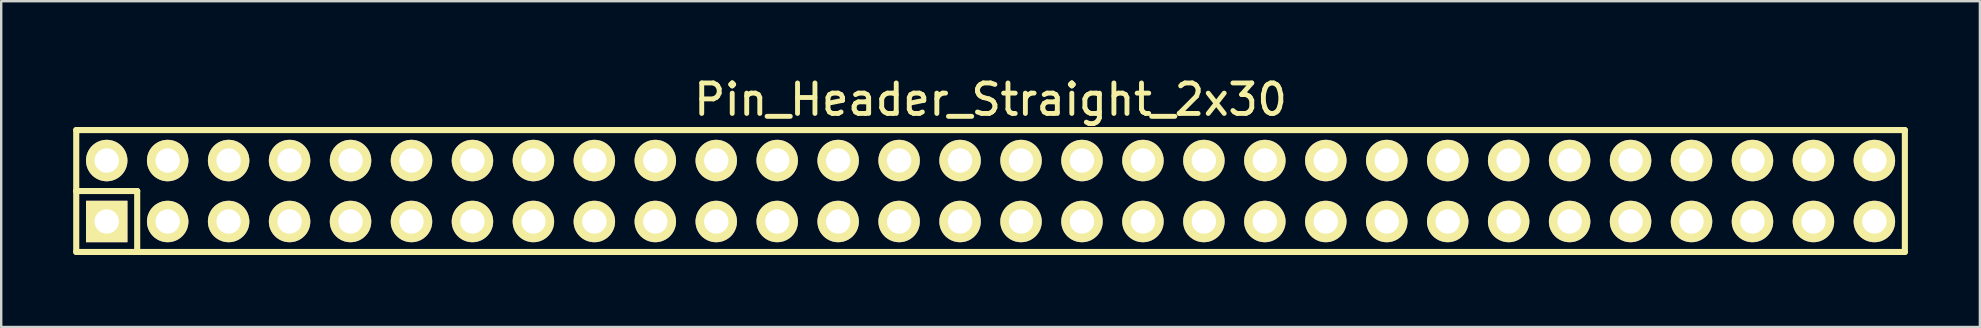
<source format=kicad_pcb>
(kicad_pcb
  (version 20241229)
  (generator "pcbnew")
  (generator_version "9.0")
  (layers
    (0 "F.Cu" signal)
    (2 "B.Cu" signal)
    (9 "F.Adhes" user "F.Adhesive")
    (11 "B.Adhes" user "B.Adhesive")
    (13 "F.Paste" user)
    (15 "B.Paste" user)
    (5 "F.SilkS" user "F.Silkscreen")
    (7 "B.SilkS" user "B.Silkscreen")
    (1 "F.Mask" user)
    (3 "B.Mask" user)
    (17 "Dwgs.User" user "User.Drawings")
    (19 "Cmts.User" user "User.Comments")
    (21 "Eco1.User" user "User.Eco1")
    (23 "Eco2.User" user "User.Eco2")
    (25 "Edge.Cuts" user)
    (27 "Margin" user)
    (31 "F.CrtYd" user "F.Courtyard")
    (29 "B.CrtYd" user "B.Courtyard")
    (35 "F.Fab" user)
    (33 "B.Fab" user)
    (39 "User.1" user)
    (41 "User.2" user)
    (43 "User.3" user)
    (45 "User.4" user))
  (footprint "Pin_Header_Straight_2x30"
    (layer "F.Cu")
    (at 38.227 4.91)
    (property "Reference" "Pin_Header_Straight_2x30" (at 0 -3.81 0) (layer "F.SilkS") (effects (font (size 1.27 1.27) (thickness 0.203))))
    (attr through_hole)
    (fp_line (start -38.1 -2.54) (end -38.1 0) (stroke (width 0.254) (type solid)) (layer "F.SilkS"))
    (fp_line (start -38.1 -2.54) (end 38.1 -2.54) (stroke (width 0.254) (type solid)) (layer "F.SilkS"))
    (fp_line (start -38.1 0) (end -35.56 0) (stroke (width 0.254) (type solid)) (layer "F.SilkS"))
    (fp_line (start -38.1 2.54) (end -38.1 0) (stroke (width 0.254) (type solid)) (layer "F.SilkS"))
    (fp_line (start -38.1 2.54) (end -35.56 2.54) (stroke (width 0.254) (type solid)) (layer "F.SilkS"))
    (fp_line (start -35.56 0) (end -35.56 2.54) (stroke (width 0.254) (type solid)) (layer "F.SilkS"))
    (fp_line (start 38.1 -2.54) (end 38.1 2.54) (stroke (width 0.254) (type solid)) (layer "F.SilkS"))
    (fp_line (start 38.1 2.54) (end -35.56 2.54) (stroke (width 0.254) (type solid)) (layer "F.SilkS"))
    (pad "1" thru_hole rect (at -36.83 1.27) (size 1.727 1.727) (drill 1.016) (layers "*.Cu" "*.Mask" "F.SilkS"))
    (pad "2" thru_hole oval (at -34.29 1.27) (size 1.727 1.727) (drill 1.016) (layers "*.Cu" "*.Mask" "F.SilkS"))
    (pad "3" thru_hole oval (at -31.75 1.27) (size 1.727 1.727) (drill 1.016) (layers "*.Cu" "*.Mask" "F.SilkS"))
    (pad "4" thru_hole oval (at -29.21 1.27) (size 1.727 1.727) (drill 1.016) (layers "*.Cu" "*.Mask" "F.SilkS"))
    (pad "5" thru_hole oval (at -26.67 1.27) (size 1.727 1.727) (drill 1.016) (layers "*.Cu" "*.Mask" "F.SilkS"))
    (pad "6" thru_hole oval (at -24.13 1.27) (size 1.727 1.727) (drill 1.016) (layers "*.Cu" "*.Mask" "F.SilkS"))
    (pad "7" thru_hole oval (at -21.59 1.27) (size 1.727 1.727) (drill 1.016) (layers "*.Cu" "*.Mask" "F.SilkS"))
    (pad "8" thru_hole oval (at -19.05 1.27) (size 1.727 1.727) (drill 1.016) (layers "*.Cu" "*.Mask" "F.SilkS"))
    (pad "9" thru_hole oval (at -16.51 1.27) (size 1.727 1.727) (drill 1.016) (layers "*.Cu" "*.Mask" "F.SilkS"))
    (pad "10" thru_hole oval (at -13.97 1.27) (size 1.727 1.727) (drill 1.016) (layers "*.Cu" "*.Mask" "F.SilkS"))
    (pad "11" thru_hole oval (at -11.43 1.27) (size 1.727 1.727) (drill 1.016) (layers "*.Cu" "*.Mask" "F.SilkS"))
    (pad "12" thru_hole oval (at -8.89 1.27) (size 1.727 1.727) (drill 1.016) (layers "*.Cu" "*.Mask" "F.SilkS"))
    (pad "13" thru_hole oval (at -6.35 1.27) (size 1.727 1.727) (drill 1.016) (layers "*.Cu" "*.Mask" "F.SilkS"))
    (pad "14" thru_hole oval (at -3.81 1.27) (size 1.727 1.727) (drill 1.016) (layers "*.Cu" "*.Mask" "F.SilkS"))
    (pad "15" thru_hole oval (at -1.27 1.27) (size 1.727 1.727) (drill 1.016) (layers "*.Cu" "*.Mask" "F.SilkS"))
    (pad "16" thru_hole oval (at 1.27 1.27) (size 1.727 1.727) (drill 1.016) (layers "*.Cu" "*.Mask" "F.SilkS"))
    (pad "17" thru_hole oval (at 3.81 1.27) (size 1.727 1.727) (drill 1.016) (layers "*.Cu" "*.Mask" "F.SilkS"))
    (pad "18" thru_hole oval (at 6.35 1.27) (size 1.727 1.727) (drill 1.016) (layers "*.Cu" "*.Mask" "F.SilkS"))
    (pad "19" thru_hole oval (at 8.89 1.27) (size 1.727 1.727) (drill 1.016) (layers "*.Cu" "*.Mask" "F.SilkS"))
    (pad "20" thru_hole oval (at 11.43 1.27) (size 1.727 1.727) (drill 1.016) (layers "*.Cu" "*.Mask" "F.SilkS"))
    (pad "21" thru_hole oval (at 13.97 1.27) (size 1.727 1.727) (drill 1.016) (layers "*.Cu" "*.Mask" "F.SilkS"))
    (pad "22" thru_hole oval (at 16.51 1.27) (size 1.727 1.727) (drill 1.016) (layers "*.Cu" "*.Mask" "F.SilkS"))
    (pad "23" thru_hole oval (at 19.05 1.27) (size 1.727 1.727) (drill 1.016) (layers "*.Cu" "*.Mask" "F.SilkS"))
    (pad "24" thru_hole oval (at 21.59 1.27) (size 1.727 1.727) (drill 1.016) (layers "*.Cu" "*.Mask" "F.SilkS"))
    (pad "25" thru_hole oval (at 24.13 1.27) (size 1.727 1.727) (drill 1.016) (layers "*.Cu" "*.Mask" "F.SilkS"))
    (pad "26" thru_hole oval (at 26.67 1.27) (size 1.727 1.727) (drill 1.016) (layers "*.Cu" "*.Mask" "F.SilkS"))
    (pad "27" thru_hole oval (at 29.21 1.27) (size 1.727 1.727) (drill 1.016) (layers "*.Cu" "*.Mask" "F.SilkS"))
    (pad "28" thru_hole oval (at 31.75 1.27) (size 1.727 1.727) (drill 1.016) (layers "*.Cu" "*.Mask" "F.SilkS"))
    (pad "29" thru_hole oval (at 34.29 1.27) (size 1.727 1.727) (drill 1.016) (layers "*.Cu" "*.Mask" "F.SilkS"))
    (pad "30" thru_hole oval (at 36.83 1.27) (size 1.727 1.727) (drill 1.016) (layers "*.Cu" "*.Mask" "F.SilkS"))
    (pad "31" thru_hole oval (at 36.83 -1.27) (size 1.727 1.727) (drill 1.016) (layers "*.Cu" "*.Mask" "F.SilkS"))
    (pad "32" thru_hole oval (at 34.29 -1.27) (size 1.727 1.727) (drill 1.016) (layers "*.Cu" "*.Mask" "F.SilkS"))
    (pad "33" thru_hole oval (at 31.75 -1.27) (size 1.727 1.727) (drill 1.016) (layers "*.Cu" "*.Mask" "F.SilkS"))
    (pad "34" thru_hole oval (at 29.21 -1.27) (size 1.727 1.727) (drill 1.016) (layers "*.Cu" "*.Mask" "F.SilkS"))
    (pad "35" thru_hole oval (at 26.67 -1.27) (size 1.727 1.727) (drill 1.016) (layers "*.Cu" "*.Mask" "F.SilkS"))
    (pad "36" thru_hole oval (at 24.13 -1.27) (size 1.727 1.727) (drill 1.016) (layers "*.Cu" "*.Mask" "F.SilkS"))
    (pad "37" thru_hole oval (at 21.59 -1.27) (size 1.727 1.727) (drill 1.016) (layers "*.Cu" "*.Mask" "F.SilkS"))
    (pad "38" thru_hole oval (at 19.05 -1.27) (size 1.727 1.727) (drill 1.016) (layers "*.Cu" "*.Mask" "F.SilkS"))
    (pad "39" thru_hole oval (at 16.51 -1.27) (size 1.727 1.727) (drill 1.016) (layers "*.Cu" "*.Mask" "F.SilkS"))
    (pad "40" thru_hole oval (at 13.97 -1.27) (size 1.727 1.727) (drill 1.016) (layers "*.Cu" "*.Mask" "F.SilkS"))
    (pad "41" thru_hole oval (at 11.43 -1.27) (size 1.727 1.727) (drill 1.016) (layers "*.Cu" "*.Mask" "F.SilkS"))
    (pad "42" thru_hole oval (at 8.89 -1.27) (size 1.727 1.727) (drill 1.016) (layers "*.Cu" "*.Mask" "F.SilkS"))
    (pad "43" thru_hole oval (at 6.35 -1.27) (size 1.727 1.727) (drill 1.016) (layers "*.Cu" "*.Mask" "F.SilkS"))
    (pad "44" thru_hole oval (at 3.81 -1.27) (size 1.727 1.727) (drill 1.016) (layers "*.Cu" "*.Mask" "F.SilkS"))
    (pad "45" thru_hole oval (at 1.27 -1.27) (size 1.727 1.727) (drill 1.016) (layers "*.Cu" "*.Mask" "F.SilkS"))
    (pad "46" thru_hole oval (at -1.27 -1.27) (size 1.727 1.727) (drill 1.016) (layers "*.Cu" "*.Mask" "F.SilkS"))
    (pad "47" thru_hole oval (at -3.81 -1.27) (size 1.727 1.727) (drill 1.016) (layers "*.Cu" "*.Mask" "F.SilkS"))
    (pad "48" thru_hole oval (at -6.35 -1.27) (size 1.727 1.727) (drill 1.016) (layers "*.Cu" "*.Mask" "F.SilkS"))
    (pad "49" thru_hole oval (at -8.89 -1.27) (size 1.727 1.727) (drill 1.016) (layers "*.Cu" "*.Mask" "F.SilkS"))
    (pad "50" thru_hole oval (at -11.43 -1.27) (size 1.727 1.727) (drill 1.016) (layers "*.Cu" "*.Mask" "F.SilkS"))
    (pad "51" thru_hole oval (at -13.97 -1.27) (size 1.727 1.727) (drill 1.016) (layers "*.Cu" "*.Mask" "F.SilkS"))
    (pad "52" thru_hole oval (at -16.51 -1.27) (size 1.727 1.727) (drill 1.016) (layers "*.Cu" "*.Mask" "F.SilkS"))
    (pad "53" thru_hole oval (at -19.05 -1.27) (size 1.727 1.727) (drill 1.016) (layers "*.Cu" "*.Mask" "F.SilkS"))
    (pad "54" thru_hole oval (at -21.59 -1.27) (size 1.727 1.727) (drill 1.016) (layers "*.Cu" "*.Mask" "F.SilkS"))
    (pad "55" thru_hole oval (at -24.13 -1.27) (size 1.727 1.727) (drill 1.016) (layers "*.Cu" "*.Mask" "F.SilkS"))
    (pad "56" thru_hole oval (at -26.67 -1.27) (size 1.727 1.727) (drill 1.016) (layers "*.Cu" "*.Mask" "F.SilkS"))
    (pad "57" thru_hole oval (at -29.21 -1.27) (size 1.727 1.727) (drill 1.016) (layers "*.Cu" "*.Mask" "F.SilkS"))
    (pad "58" thru_hole oval (at -31.75 -1.27) (size 1.727 1.727) (drill 1.016) (layers "*.Cu" "*.Mask" "F.SilkS"))
    (pad "59" thru_hole oval (at -34.29 -1.27) (size 1.727 1.727) (drill 1.016) (layers "*.Cu" "*.Mask" "F.SilkS"))
    (pad "60" thru_hole oval (at -36.83 -1.27) (size 1.727 1.727) (drill 1.016) (layers "*.Cu" "*.Mask" "F.SilkS")))
  (gr_rect
    (start -3 -3)
    (end 79.454 10.577)
    (stroke (width 0.1) (type default))
    (fill no)
    (layer "Edge.Cuts")))
</source>
